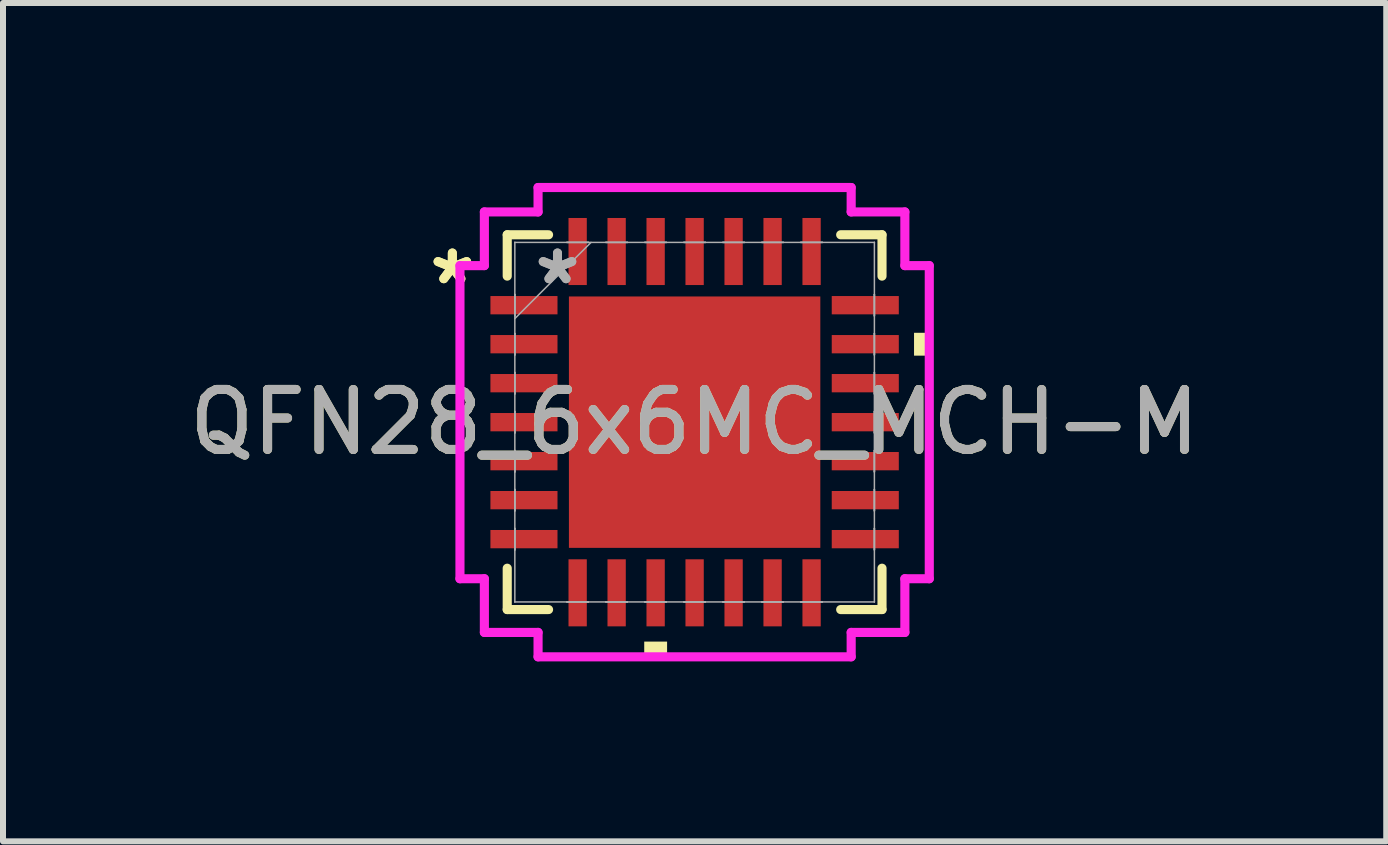
<source format=kicad_pcb>
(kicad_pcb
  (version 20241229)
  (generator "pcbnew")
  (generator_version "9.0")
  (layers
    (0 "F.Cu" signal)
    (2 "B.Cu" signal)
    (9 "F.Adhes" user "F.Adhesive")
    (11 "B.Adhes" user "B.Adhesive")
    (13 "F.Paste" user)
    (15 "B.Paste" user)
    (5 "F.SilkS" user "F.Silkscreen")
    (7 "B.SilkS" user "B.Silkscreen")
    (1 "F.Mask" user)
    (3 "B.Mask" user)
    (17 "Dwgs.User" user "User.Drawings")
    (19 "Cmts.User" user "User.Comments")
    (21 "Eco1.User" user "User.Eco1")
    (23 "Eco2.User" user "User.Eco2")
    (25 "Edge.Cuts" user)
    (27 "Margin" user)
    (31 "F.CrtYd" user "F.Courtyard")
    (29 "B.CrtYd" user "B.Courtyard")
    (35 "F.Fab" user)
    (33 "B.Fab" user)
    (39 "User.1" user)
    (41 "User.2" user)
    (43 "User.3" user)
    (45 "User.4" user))
  (footprint "QFN28_6x6MC_MCH-M"
    (layer "F.Cu")
    (at 8.53 3.988)
    (property "Reference" "QFN28_6x6MC_MCH-M" (at 0 0 0) (unlocked yes) (layer "F.SilkS") (effects (font (size 1 1) (thickness 0.15))))
    (attr smd)
    (fp_line (start -3.124 -3.124) (end -3.124 -2.435) (stroke (width 0.152) (type solid)) (layer "F.SilkS"))
    (fp_line (start -3.124 2.435) (end -3.124 3.124) (stroke (width 0.152) (type solid)) (layer "F.SilkS"))
    (fp_line (start -3.124 3.124) (end -2.435 3.124) (stroke (width 0.152) (type solid)) (layer "F.SilkS"))
    (fp_line (start -2.435 -3.124) (end -3.124 -3.124) (stroke (width 0.152) (type solid)) (layer "F.SilkS"))
    (fp_line (start 2.435 3.124) (end 3.124 3.124) (stroke (width 0.152) (type solid)) (layer "F.SilkS"))
    (fp_line (start 3.124 -3.124) (end 2.435 -3.124) (stroke (width 0.152) (type solid)) (layer "F.SilkS"))
    (fp_line (start 3.124 -2.435) (end 3.124 -3.124) (stroke (width 0.152) (type solid)) (layer "F.SilkS"))
    (fp_line (start 3.124 3.124) (end 3.124 2.435) (stroke (width 0.152) (type solid)) (layer "F.SilkS"))
    (fp_poly (pts (xy -0.84 3.658) (xy -0.84 3.912) (xy -0.459 3.912) (xy -0.459 3.658)) (stroke (width 0) (type solid)) (fill yes) (layer "F.SilkS"))
    (fp_poly (pts (xy 3.912 -1.49) (xy 3.912 -1.109) (xy 3.658 -1.109) (xy 3.658 -1.49)) (stroke (width 0) (type solid)) (fill yes) (layer "F.SilkS"))
    (fp_poly (pts (xy -1.996 -1.996) (xy -1.996 -0.798) (xy -0.798 -0.798) (xy -0.798 -1.996)) (stroke (width 0) (type solid)) (fill yes) (layer "F.Paste"))
    (fp_poly (pts (xy -1.996 -0.599) (xy -1.996 0.599) (xy -0.798 0.599) (xy -0.798 -0.599)) (stroke (width 0) (type solid)) (fill yes) (layer "F.Paste"))
    (fp_poly (pts (xy -1.996 0.798) (xy -1.996 1.996) (xy -0.798 1.996) (xy -0.798 0.798)) (stroke (width 0) (type solid)) (fill yes) (layer "F.Paste"))
    (fp_poly (pts (xy -0.599 -1.996) (xy -0.599 -0.798) (xy 0.599 -0.798) (xy 0.599 -1.996)) (stroke (width 0) (type solid)) (fill yes) (layer "F.Paste"))
    (fp_poly (pts (xy -0.599 -0.599) (xy -0.599 0.599) (xy 0.599 0.599) (xy 0.599 -0.599)) (stroke (width 0) (type solid)) (fill yes) (layer "F.Paste"))
    (fp_poly (pts (xy -0.599 0.798) (xy -0.599 1.996) (xy 0.599 1.996) (xy 0.599 0.798)) (stroke (width 0) (type solid)) (fill yes) (layer "F.Paste"))
    (fp_poly (pts (xy 0.798 -1.996) (xy 0.798 -0.798) (xy 1.996 -0.798) (xy 1.996 -1.996)) (stroke (width 0) (type solid)) (fill yes) (layer "F.Paste"))
    (fp_poly (pts (xy 0.798 -0.599) (xy 0.798 0.599) (xy 1.996 0.599) (xy 1.996 -0.599)) (stroke (width 0) (type solid)) (fill yes) (layer "F.Paste"))
    (fp_poly (pts (xy 0.798 0.798) (xy 0.798 1.996) (xy 1.996 1.996) (xy 1.996 0.798)) (stroke (width 0) (type solid)) (fill yes) (layer "F.Paste"))
    (fp_line (start -3.912 -2.61) (end -3.505 -2.61) (stroke (width 0.152) (type solid)) (layer "F.CrtYd"))
    (fp_line (start -3.912 2.61) (end -3.912 -2.61) (stroke (width 0.152) (type solid)) (layer "F.CrtYd"))
    (fp_line (start -3.505 -3.505) (end -2.61 -3.505) (stroke (width 0.152) (type solid)) (layer "F.CrtYd"))
    (fp_line (start -3.505 -2.61) (end -3.505 -3.505) (stroke (width 0.152) (type solid)) (layer "F.CrtYd"))
    (fp_line (start -3.505 2.61) (end -3.912 2.61) (stroke (width 0.152) (type solid)) (layer "F.CrtYd"))
    (fp_line (start -3.505 3.505) (end -3.505 2.61) (stroke (width 0.152) (type solid)) (layer "F.CrtYd"))
    (fp_line (start -2.61 -3.912) (end 2.61 -3.912) (stroke (width 0.152) (type solid)) (layer "F.CrtYd"))
    (fp_line (start -2.61 -3.505) (end -2.61 -3.912) (stroke (width 0.152) (type solid)) (layer "F.CrtYd"))
    (fp_line (start -2.61 3.505) (end -3.505 3.505) (stroke (width 0.152) (type solid)) (layer "F.CrtYd"))
    (fp_line (start -2.61 3.912) (end -2.61 3.505) (stroke (width 0.152) (type solid)) (layer "F.CrtYd"))
    (fp_line (start 2.61 -3.912) (end 2.61 -3.505) (stroke (width 0.152) (type solid)) (layer "F.CrtYd"))
    (fp_line (start 2.61 -3.505) (end 3.505 -3.505) (stroke (width 0.152) (type solid)) (layer "F.CrtYd"))
    (fp_line (start 2.61 3.505) (end 2.61 3.912) (stroke (width 0.152) (type solid)) (layer "F.CrtYd"))
    (fp_line (start 2.61 3.912) (end -2.61 3.912) (stroke (width 0.152) (type solid)) (layer "F.CrtYd"))
    (fp_line (start 3.505 -3.505) (end 3.505 -2.61) (stroke (width 0.152) (type solid)) (layer "F.CrtYd"))
    (fp_line (start 3.505 -2.61) (end 3.912 -2.61) (stroke (width 0.152) (type solid)) (layer "F.CrtYd"))
    (fp_line (start 3.505 2.61) (end 3.505 3.505) (stroke (width 0.152) (type solid)) (layer "F.CrtYd"))
    (fp_line (start 3.505 3.505) (end 2.61 3.505) (stroke (width 0.152) (type solid)) (layer "F.CrtYd"))
    (fp_line (start 3.912 -2.61) (end 3.912 2.61) (stroke (width 0.152) (type solid)) (layer "F.CrtYd"))
    (fp_line (start 3.912 2.61) (end 3.505 2.61) (stroke (width 0.152) (type solid)) (layer "F.CrtYd"))
    (fp_line (start -2.997 -2.997) (end -2.997 -2.997) (stroke (width 0.025) (type solid)) (layer "F.Fab"))
    (fp_line (start -2.997 -2.997) (end -2.997 2.997) (stroke (width 0.025) (type solid)) (layer "F.Fab"))
    (fp_line (start -2.997 -2.128) (end -2.997 -2.128) (stroke (width 0.025) (type solid)) (layer "F.Fab"))
    (fp_line (start -2.997 -2.128) (end -2.997 -1.772) (stroke (width 0.025) (type solid)) (layer "F.Fab"))
    (fp_line (start -2.997 -1.772) (end -2.997 -2.128) (stroke (width 0.025) (type solid)) (layer "F.Fab"))
    (fp_line (start -2.997 -1.772) (end -2.997 -1.772) (stroke (width 0.025) (type solid)) (layer "F.Fab"))
    (fp_line (start -2.997 -1.727) (end -1.727 -2.997) (stroke (width 0.025) (type solid)) (layer "F.Fab"))
    (fp_line (start -2.997 -1.478) (end -2.997 -1.478) (stroke (width 0.025) (type solid)) (layer "F.Fab"))
    (fp_line (start -2.997 -1.478) (end -2.997 -1.122) (stroke (width 0.025) (type solid)) (layer "F.Fab"))
    (fp_line (start -2.997 -1.122) (end -2.997 -1.478) (stroke (width 0.025) (type solid)) (layer "F.Fab"))
    (fp_line (start -2.997 -1.122) (end -2.997 -1.122) (stroke (width 0.025) (type solid)) (layer "F.Fab"))
    (fp_line (start -2.997 -0.828) (end -2.997 -0.828) (stroke (width 0.025) (type solid)) (layer "F.Fab"))
    (fp_line (start -2.997 -0.828) (end -2.997 -0.472) (stroke (width 0.025) (type solid)) (layer "F.Fab"))
    (fp_line (start -2.997 -0.472) (end -2.997 -0.828) (stroke (width 0.025) (type solid)) (layer "F.Fab"))
    (fp_line (start -2.997 -0.472) (end -2.997 -0.472) (stroke (width 0.025) (type solid)) (layer "F.Fab"))
    (fp_line (start -2.997 -0.178) (end -2.997 -0.178) (stroke (width 0.025) (type solid)) (layer "F.Fab"))
    (fp_line (start -2.997 -0.178) (end -2.997 0.178) (stroke (width 0.025) (type solid)) (layer "F.Fab"))
    (fp_line (start -2.997 0.178) (end -2.997 -0.178) (stroke (width 0.025) (type solid)) (layer "F.Fab"))
    (fp_line (start -2.997 0.178) (end -2.997 0.178) (stroke (width 0.025) (type solid)) (layer "F.Fab"))
    (fp_line (start -2.997 0.472) (end -2.997 0.472) (stroke (width 0.025) (type solid)) (layer "F.Fab"))
    (fp_line (start -2.997 0.472) (end -2.997 0.828) (stroke (width 0.025) (type solid)) (layer "F.Fab"))
    (fp_line (start -2.997 0.828) (end -2.997 0.472) (stroke (width 0.025) (type solid)) (layer "F.Fab"))
    (fp_line (start -2.997 0.828) (end -2.997 0.828) (stroke (width 0.025) (type solid)) (layer "F.Fab"))
    (fp_line (start -2.997 1.122) (end -2.997 1.122) (stroke (width 0.025) (type solid)) (layer "F.Fab"))
    (fp_line (start -2.997 1.122) (end -2.997 1.478) (stroke (width 0.025) (type solid)) (layer "F.Fab"))
    (fp_line (start -2.997 1.478) (end -2.997 1.122) (stroke (width 0.025) (type solid)) (layer "F.Fab"))
    (fp_line (start -2.997 1.478) (end -2.997 1.478) (stroke (width 0.025) (type solid)) (layer "F.Fab"))
    (fp_line (start -2.997 1.772) (end -2.997 1.772) (stroke (width 0.025) (type solid)) (layer "F.Fab"))
    (fp_line (start -2.997 1.772) (end -2.997 2.128) (stroke (width 0.025) (type solid)) (layer "F.Fab"))
    (fp_line (start -2.997 2.128) (end -2.997 1.772) (stroke (width 0.025) (type solid)) (layer "F.Fab"))
    (fp_line (start -2.997 2.128) (end -2.997 2.128) (stroke (width 0.025) (type solid)) (layer "F.Fab"))
    (fp_line (start -2.997 2.997) (end -2.997 2.997) (stroke (width 0.025) (type solid)) (layer "F.Fab"))
    (fp_line (start -2.997 2.997) (end 2.997 2.997) (stroke (width 0.025) (type solid)) (layer "F.Fab"))
    (fp_line (start -2.128 -2.997) (end -2.128 -2.997) (stroke (width 0.025) (type solid)) (layer "F.Fab"))
    (fp_line (start -2.128 -2.997) (end -1.772 -2.997) (stroke (width 0.025) (type solid)) (layer "F.Fab"))
    (fp_line (start -2.128 2.997) (end -2.128 2.997) (stroke (width 0.025) (type solid)) (layer "F.Fab"))
    (fp_line (start -2.128 2.997) (end -1.772 2.997) (stroke (width 0.025) (type solid)) (layer "F.Fab"))
    (fp_line (start -1.772 -2.997) (end -2.128 -2.997) (stroke (width 0.025) (type solid)) (layer "F.Fab"))
    (fp_line (start -1.772 -2.997) (end -1.772 -2.997) (stroke (width 0.025) (type solid)) (layer "F.Fab"))
    (fp_line (start -1.772 2.997) (end -2.128 2.997) (stroke (width 0.025) (type solid)) (layer "F.Fab"))
    (fp_line (start -1.772 2.997) (end -1.772 2.997) (stroke (width 0.025) (type solid)) (layer "F.Fab"))
    (fp_line (start -1.478 -2.997) (end -1.478 -2.997) (stroke (width 0.025) (type solid)) (layer "F.Fab"))
    (fp_line (start -1.478 -2.997) (end -1.122 -2.997) (stroke (width 0.025) (type solid)) (layer "F.Fab"))
    (fp_line (start -1.478 2.997) (end -1.478 2.997) (stroke (width 0.025) (type solid)) (layer "F.Fab"))
    (fp_line (start -1.478 2.997) (end -1.122 2.997) (stroke (width 0.025) (type solid)) (layer "F.Fab"))
    (fp_line (start -1.122 -2.997) (end -1.478 -2.997) (stroke (width 0.025) (type solid)) (layer "F.Fab"))
    (fp_line (start -1.122 -2.997) (end -1.122 -2.997) (stroke (width 0.025) (type solid)) (layer "F.Fab"))
    (fp_line (start -1.122 2.997) (end -1.478 2.997) (stroke (width 0.025) (type solid)) (layer "F.Fab"))
    (fp_line (start -1.122 2.997) (end -1.122 2.997) (stroke (width 0.025) (type solid)) (layer "F.Fab"))
    (fp_line (start -0.828 -2.997) (end -0.828 -2.997) (stroke (width 0.025) (type solid)) (layer "F.Fab"))
    (fp_line (start -0.828 -2.997) (end -0.472 -2.997) (stroke (width 0.025) (type solid)) (layer "F.Fab"))
    (fp_line (start -0.828 2.997) (end -0.828 2.997) (stroke (width 0.025) (type solid)) (layer "F.Fab"))
    (fp_line (start -0.828 2.997) (end -0.472 2.997) (stroke (width 0.025) (type solid)) (layer "F.Fab"))
    (fp_line (start -0.472 -2.997) (end -0.828 -2.997) (stroke (width 0.025) (type solid)) (layer "F.Fab"))
    (fp_line (start -0.472 -2.997) (end -0.472 -2.997) (stroke (width 0.025) (type solid)) (layer "F.Fab"))
    (fp_line (start -0.472 2.997) (end -0.828 2.997) (stroke (width 0.025) (type solid)) (layer "F.Fab"))
    (fp_line (start -0.472 2.997) (end -0.472 2.997) (stroke (width 0.025) (type solid)) (layer "F.Fab"))
    (fp_line (start -0.178 -2.997) (end -0.178 -2.997) (stroke (width 0.025) (type solid)) (layer "F.Fab"))
    (fp_line (start -0.178 -2.997) (end 0.178 -2.997) (stroke (width 0.025) (type solid)) (layer "F.Fab"))
    (fp_line (start -0.178 2.997) (end -0.178 2.997) (stroke (width 0.025) (type solid)) (layer "F.Fab"))
    (fp_line (start -0.178 2.997) (end 0.178 2.997) (stroke (width 0.025) (type solid)) (layer "F.Fab"))
    (fp_line (start 0.178 -2.997) (end -0.178 -2.997) (stroke (width 0.025) (type solid)) (layer "F.Fab"))
    (fp_line (start 0.178 -2.997) (end 0.178 -2.997) (stroke (width 0.025) (type solid)) (layer "F.Fab"))
    (fp_line (start 0.178 2.997) (end -0.178 2.997) (stroke (width 0.025) (type solid)) (layer "F.Fab"))
    (fp_line (start 0.178 2.997) (end 0.178 2.997) (stroke (width 0.025) (type solid)) (layer "F.Fab"))
    (fp_line (start 0.472 -2.997) (end 0.472 -2.997) (stroke (width 0.025) (type solid)) (layer "F.Fab"))
    (fp_line (start 0.472 -2.997) (end 0.828 -2.997) (stroke (width 0.025) (type solid)) (layer "F.Fab"))
    (fp_line (start 0.472 2.997) (end 0.472 2.997) (stroke (width 0.025) (type solid)) (layer "F.Fab"))
    (fp_line (start 0.472 2.997) (end 0.828 2.997) (stroke (width 0.025) (type solid)) (layer "F.Fab"))
    (fp_line (start 0.828 -2.997) (end 0.472 -2.997) (stroke (width 0.025) (type solid)) (layer "F.Fab"))
    (fp_line (start 0.828 -2.997) (end 0.828 -2.997) (stroke (width 0.025) (type solid)) (layer "F.Fab"))
    (fp_line (start 0.828 2.997) (end 0.472 2.997) (stroke (width 0.025) (type solid)) (layer "F.Fab"))
    (fp_line (start 0.828 2.997) (end 0.828 2.997) (stroke (width 0.025) (type solid)) (layer "F.Fab"))
    (fp_line (start 1.122 -2.997) (end 1.122 -2.997) (stroke (width 0.025) (type solid)) (layer "F.Fab"))
    (fp_line (start 1.122 -2.997) (end 1.478 -2.997) (stroke (width 0.025) (type solid)) (layer "F.Fab"))
    (fp_line (start 1.122 2.997) (end 1.122 2.997) (stroke (width 0.025) (type solid)) (layer "F.Fab"))
    (fp_line (start 1.122 2.997) (end 1.478 2.997) (stroke (width 0.025) (type solid)) (layer "F.Fab"))
    (fp_line (start 1.478 -2.997) (end 1.122 -2.997) (stroke (width 0.025) (type solid)) (layer "F.Fab"))
    (fp_line (start 1.478 -2.997) (end 1.478 -2.997) (stroke (width 0.025) (type solid)) (layer "F.Fab"))
    (fp_line (start 1.478 2.997) (end 1.122 2.997) (stroke (width 0.025) (type solid)) (layer "F.Fab"))
    (fp_line (start 1.478 2.997) (end 1.478 2.997) (stroke (width 0.025) (type solid)) (layer "F.Fab"))
    (fp_line (start 1.772 -2.997) (end 1.772 -2.997) (stroke (width 0.025) (type solid)) (layer "F.Fab"))
    (fp_line (start 1.772 -2.997) (end 2.128 -2.997) (stroke (width 0.025) (type solid)) (layer "F.Fab"))
    (fp_line (start 1.772 2.997) (end 1.772 2.997) (stroke (width 0.025) (type solid)) (layer "F.Fab"))
    (fp_line (start 1.772 2.997) (end 2.128 2.997) (stroke (width 0.025) (type solid)) (layer "F.Fab"))
    (fp_line (start 2.128 -2.997) (end 1.772 -2.997) (stroke (width 0.025) (type solid)) (layer "F.Fab"))
    (fp_line (start 2.128 -2.997) (end 2.128 -2.997) (stroke (width 0.025) (type solid)) (layer "F.Fab"))
    (fp_line (start 2.128 2.997) (end 1.772 2.997) (stroke (width 0.025) (type solid)) (layer "F.Fab"))
    (fp_line (start 2.128 2.997) (end 2.128 2.997) (stroke (width 0.025) (type solid)) (layer "F.Fab"))
    (fp_line (start 2.997 -2.997) (end -2.997 -2.997) (stroke (width 0.025) (type solid)) (layer "F.Fab"))
    (fp_line (start 2.997 -2.997) (end 2.997 -2.997) (stroke (width 0.025) (type solid)) (layer "F.Fab"))
    (fp_line (start 2.997 -2.128) (end 2.997 -2.128) (stroke (width 0.025) (type solid)) (layer "F.Fab"))
    (fp_line (start 2.997 -2.128) (end 2.997 -1.772) (stroke (width 0.025) (type solid)) (layer "F.Fab"))
    (fp_line (start 2.997 -1.772) (end 2.997 -2.128) (stroke (width 0.025) (type solid)) (layer "F.Fab"))
    (fp_line (start 2.997 -1.772) (end 2.997 -1.772) (stroke (width 0.025) (type solid)) (layer "F.Fab"))
    (fp_line (start 2.997 -1.478) (end 2.997 -1.478) (stroke (width 0.025) (type solid)) (layer "F.Fab"))
    (fp_line (start 2.997 -1.478) (end 2.997 -1.122) (stroke (width 0.025) (type solid)) (layer "F.Fab"))
    (fp_line (start 2.997 -1.122) (end 2.997 -1.478) (stroke (width 0.025) (type solid)) (layer "F.Fab"))
    (fp_line (start 2.997 -1.122) (end 2.997 -1.122) (stroke (width 0.025) (type solid)) (layer "F.Fab"))
    (fp_line (start 2.997 -0.828) (end 2.997 -0.828) (stroke (width 0.025) (type solid)) (layer "F.Fab"))
    (fp_line (start 2.997 -0.828) (end 2.997 -0.472) (stroke (width 0.025) (type solid)) (layer "F.Fab"))
    (fp_line (start 2.997 -0.472) (end 2.997 -0.828) (stroke (width 0.025) (type solid)) (layer "F.Fab"))
    (fp_line (start 2.997 -0.472) (end 2.997 -0.472) (stroke (width 0.025) (type solid)) (layer "F.Fab"))
    (fp_line (start 2.997 -0.178) (end 2.997 -0.178) (stroke (width 0.025) (type solid)) (layer "F.Fab"))
    (fp_line (start 2.997 -0.178) (end 2.997 0.178) (stroke (width 0.025) (type solid)) (layer "F.Fab"))
    (fp_line (start 2.997 0.178) (end 2.997 -0.178) (stroke (width 0.025) (type solid)) (layer "F.Fab"))
    (fp_line (start 2.997 0.178) (end 2.997 0.178) (stroke (width 0.025) (type solid)) (layer "F.Fab"))
    (fp_line (start 2.997 0.472) (end 2.997 0.472) (stroke (width 0.025) (type solid)) (layer "F.Fab"))
    (fp_line (start 2.997 0.472) (end 2.997 0.828) (stroke (width 0.025) (type solid)) (layer "F.Fab"))
    (fp_line (start 2.997 0.828) (end 2.997 0.472) (stroke (width 0.025) (type solid)) (layer "F.Fab"))
    (fp_line (start 2.997 0.828) (end 2.997 0.828) (stroke (width 0.025) (type solid)) (layer "F.Fab"))
    (fp_line (start 2.997 1.122) (end 2.997 1.122) (stroke (width 0.025) (type solid)) (layer "F.Fab"))
    (fp_line (start 2.997 1.122) (end 2.997 1.478) (stroke (width 0.025) (type solid)) (layer "F.Fab"))
    (fp_line (start 2.997 1.478) (end 2.997 1.122) (stroke (width 0.025) (type solid)) (layer "F.Fab"))
    (fp_line (start 2.997 1.478) (end 2.997 1.478) (stroke (width 0.025) (type solid)) (layer "F.Fab"))
    (fp_line (start 2.997 1.772) (end 2.997 1.772) (stroke (width 0.025) (type solid)) (layer "F.Fab"))
    (fp_line (start 2.997 1.772) (end 2.997 2.128) (stroke (width 0.025) (type solid)) (layer "F.Fab"))
    (fp_line (start 2.997 2.128) (end 2.997 1.772) (stroke (width 0.025) (type solid)) (layer "F.Fab"))
    (fp_line (start 2.997 2.128) (end 2.997 2.128) (stroke (width 0.025) (type solid)) (layer "F.Fab"))
    (fp_line (start 2.997 2.997) (end 2.997 -2.997) (stroke (width 0.025) (type solid)) (layer "F.Fab"))
    (fp_line (start 2.997 2.997) (end 2.997 2.997) (stroke (width 0.025) (type solid)) (layer "F.Fab"))
    (fp_text user "*" (at -4.039 -2.275 0) (unlocked yes) (layer "F.SilkS") (effects (font (size 1 1) (thickness 0.15))))
    (fp_text user "*" (at -4.039 -2.275 0) (layer "F.SilkS") (effects (font (size 1 1) (thickness 0.15))))
    (fp_text user "*" (at -2.286 -2.275 0) (unlocked yes) (layer "F.Fab") (effects (font (size 1 1) (thickness 0.15))))
    (fp_text user "*" (at -2.286 -2.275 0) (layer "F.Fab") (effects (font (size 1 1) (thickness 0.15))))
    (fp_text user "${REFERENCE}" (at 0 0 0) (unlocked yes) (layer "F.Fab") (effects (font (size 1 1) (thickness 0.15))))
    (pad "1" smd rect (at -2.845 -1.95 90) (size 0.305 1.118) (layers "F.Cu" "F.Mask" "F.Paste"))
    (pad "2" smd rect (at -2.845 -1.3 90) (size 0.305 1.118) (layers "F.Cu" "F.Mask" "F.Paste"))
    (pad "3" smd rect (at -2.845 -0.65 90) (size 0.305 1.118) (layers "F.Cu" "F.Mask" "F.Paste"))
    (pad "4" smd rect (at -2.845 0 90) (size 0.305 1.118) (layers "F.Cu" "F.Mask" "F.Paste"))
    (pad "5" smd rect (at -2.845 0.65 90) (size 0.305 1.118) (layers "F.Cu" "F.Mask" "F.Paste"))
    (pad "6" smd rect (at -2.845 1.3 90) (size 0.305 1.118) (layers "F.Cu" "F.Mask" "F.Paste"))
    (pad "7" smd rect (at -2.845 1.95 90) (size 0.305 1.118) (layers "F.Cu" "F.Mask" "F.Paste"))
    (pad "8" smd rect (at -1.95 2.845) (size 0.305 1.118) (layers "F.Cu" "F.Mask" "F.Paste"))
    (pad "9" smd rect (at -1.3 2.845) (size 0.305 1.118) (layers "F.Cu" "F.Mask" "F.Paste"))
    (pad "10" smd rect (at -0.65 2.845) (size 0.305 1.118) (layers "F.Cu" "F.Mask" "F.Paste"))
    (pad "11" smd rect (at 0 2.845) (size 0.305 1.118) (layers "F.Cu" "F.Mask" "F.Paste"))
    (pad "12" smd rect (at 0.65 2.845) (size 0.305 1.118) (layers "F.Cu" "F.Mask" "F.Paste"))
    (pad "13" smd rect (at 1.3 2.845) (size 0.305 1.118) (layers "F.Cu" "F.Mask" "F.Paste"))
    (pad "14" smd rect (at 1.95 2.845) (size 0.305 1.118) (layers "F.Cu" "F.Mask" "F.Paste"))
    (pad "15" smd rect (at 2.845 1.95 90) (size 0.305 1.118) (layers "F.Cu" "F.Mask" "F.Paste"))
    (pad "16" smd rect (at 2.845 1.3 90) (size 0.305 1.118) (layers "F.Cu" "F.Mask" "F.Paste"))
    (pad "17" smd rect (at 2.845 0.65 90) (size 0.305 1.118) (layers "F.Cu" "F.Mask" "F.Paste"))
    (pad "18" smd rect (at 2.845 0 90) (size 0.305 1.118) (layers "F.Cu" "F.Mask" "F.Paste"))
    (pad "19" smd rect (at 2.845 -0.65 90) (size 0.305 1.118) (layers "F.Cu" "F.Mask" "F.Paste"))
    (pad "20" smd rect (at 2.845 -1.3 90) (size 0.305 1.118) (layers "F.Cu" "F.Mask" "F.Paste"))
    (pad "21" smd rect (at 2.845 -1.95 90) (size 0.305 1.118) (layers "F.Cu" "F.Mask" "F.Paste"))
    (pad "22" smd rect (at 1.95 -2.845) (size 0.305 1.118) (layers "F.Cu" "F.Mask" "F.Paste"))
    (pad "23" smd rect (at 1.3 -2.845) (size 0.305 1.118) (layers "F.Cu" "F.Mask" "F.Paste"))
    (pad "24" smd rect (at 0.65 -2.845) (size 0.305 1.118) (layers "F.Cu" "F.Mask" "F.Paste"))
    (pad "25" smd rect (at 0 -2.845) (size 0.305 1.118) (layers "F.Cu" "F.Mask" "F.Paste"))
    (pad "26" smd rect (at -0.65 -2.845) (size 0.305 1.118) (layers "F.Cu" "F.Mask" "F.Paste"))
    (pad "27" smd rect (at -1.3 -2.845) (size 0.305 1.118) (layers "F.Cu" "F.Mask" "F.Paste"))
    (pad "28" smd rect (at -1.95 -2.845) (size 0.305 1.118) (layers "F.Cu" "F.Mask" "F.Paste"))
    (pad "29" smd rect (at 0 0) (size 4.191 4.191) (layers "F.Cu" "F.Mask" "F.Paste")))
  (gr_rect
    (start -3 -3)
    (end 20.06 10.976)
    (stroke (width 0.1) (type default))
    (fill no)
    (layer "Edge.Cuts")))
</source>
